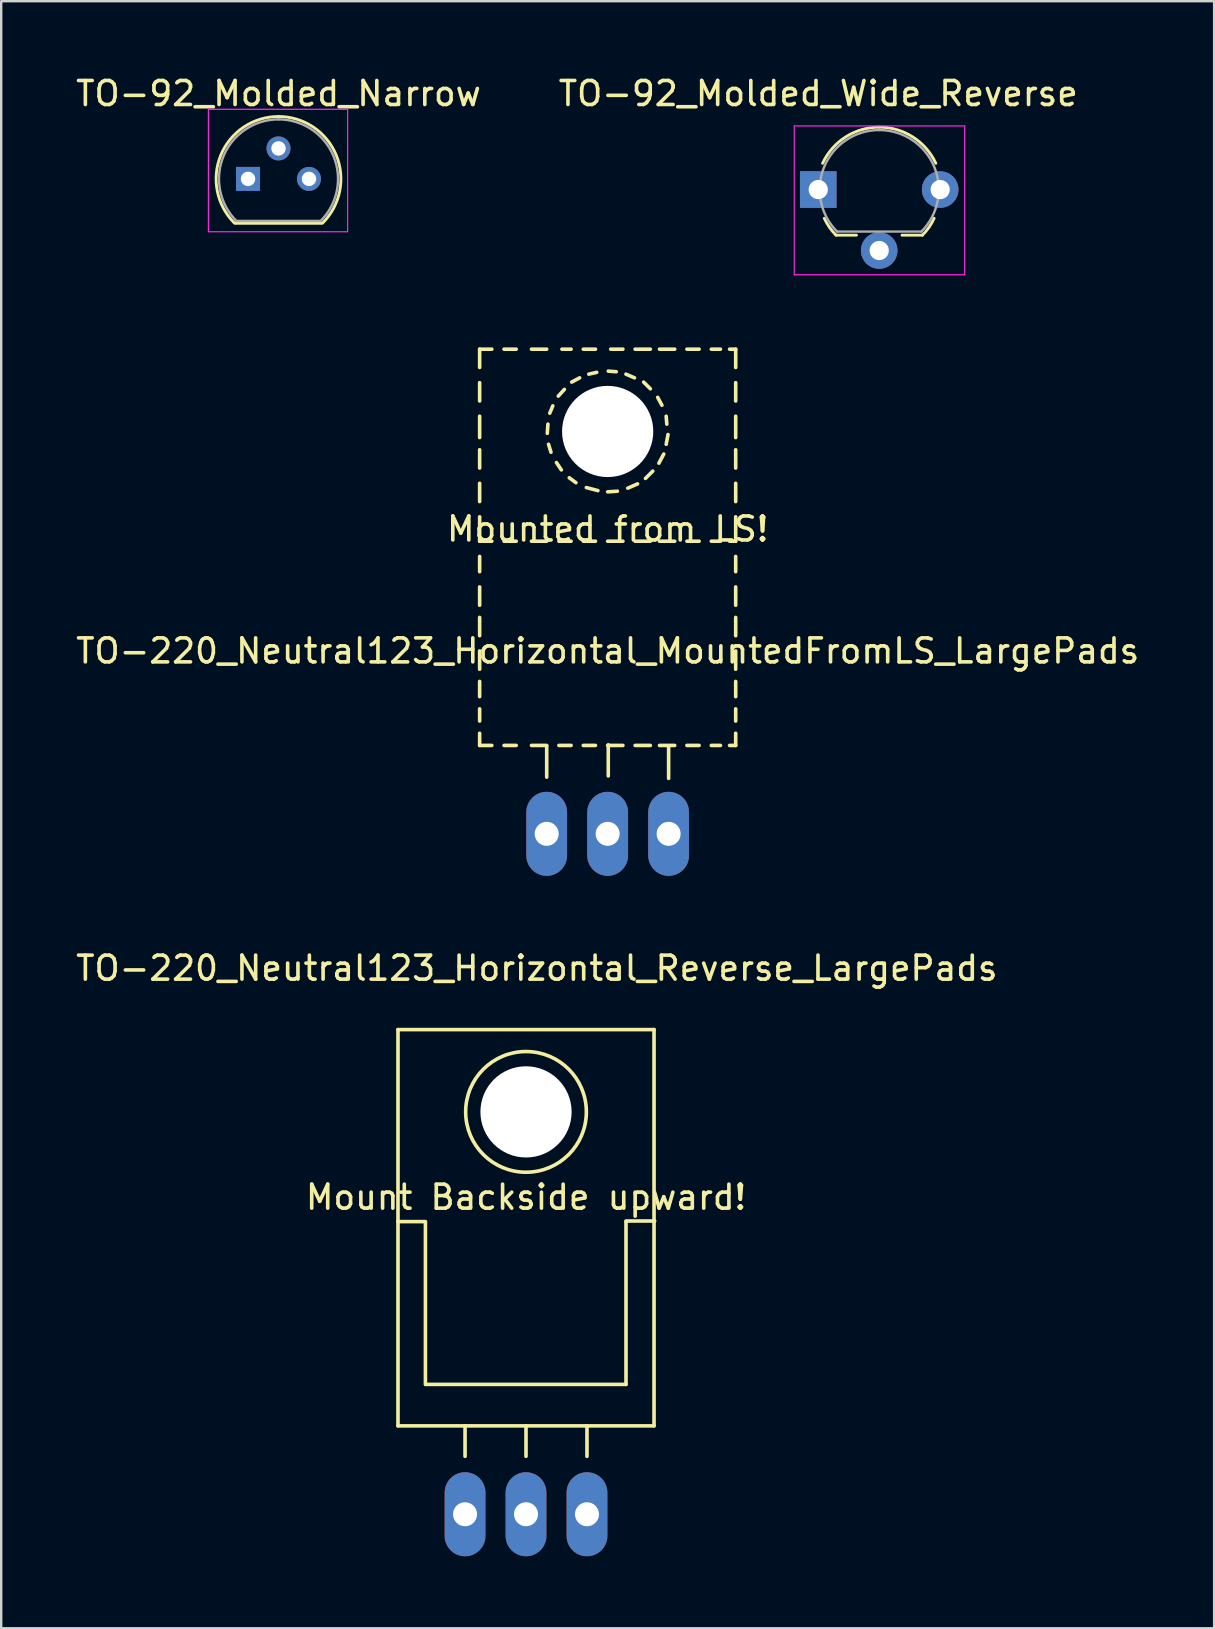
<source format=kicad_pcb>
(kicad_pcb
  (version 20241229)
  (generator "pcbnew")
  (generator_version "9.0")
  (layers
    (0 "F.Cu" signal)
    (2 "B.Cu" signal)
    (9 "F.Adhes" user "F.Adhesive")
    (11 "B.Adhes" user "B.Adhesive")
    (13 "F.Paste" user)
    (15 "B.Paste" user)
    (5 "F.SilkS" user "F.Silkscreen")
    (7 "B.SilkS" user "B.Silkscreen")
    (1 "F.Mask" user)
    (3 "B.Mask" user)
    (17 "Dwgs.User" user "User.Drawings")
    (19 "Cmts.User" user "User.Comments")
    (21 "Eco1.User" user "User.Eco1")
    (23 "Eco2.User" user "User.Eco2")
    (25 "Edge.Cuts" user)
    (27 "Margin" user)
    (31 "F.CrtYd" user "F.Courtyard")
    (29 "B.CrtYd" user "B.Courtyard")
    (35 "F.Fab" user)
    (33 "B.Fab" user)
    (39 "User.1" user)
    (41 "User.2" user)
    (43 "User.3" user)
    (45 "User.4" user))
  (footprint "TO-220_Neutral123_Horizontal_MountedFromLS_LargePads"
    (layer "F.Cu")
    (at 22.268 31.691)
    (property "Reference" "TO-220_Neutral123_Horizontal_MountedFromLS_LargePads" (at 0 -7.62 0) (layer "F.SilkS") (effects (font (size 1 1) (thickness 0.15))))
    (attr through_hole)
    (fp_line (start -5.334 -20.193) (end -5.334 -19.431) (stroke (width 0.15) (type solid)) (layer "F.SilkS"))
    (fp_line (start -5.334 -20.193) (end -4.826 -20.193) (stroke (width 0.15) (type solid)) (layer "F.SilkS"))
    (fp_line (start -5.334 -18.796) (end -5.334 -18.034) (stroke (width 0.15) (type solid)) (layer "F.SilkS"))
    (fp_line (start -5.334 -17.399) (end -5.334 -16.51) (stroke (width 0.15) (type solid)) (layer "F.SilkS"))
    (fp_line (start -5.334 -16.002) (end -5.334 -15.24) (stroke (width 0.15) (type solid)) (layer "F.SilkS"))
    (fp_line (start -5.334 -14.605) (end -5.334 -13.843) (stroke (width 0.15) (type solid)) (layer "F.SilkS"))
    (fp_line (start -5.334 -13.208) (end -5.334 -12.192) (stroke (width 0.15) (type solid)) (layer "F.SilkS"))
    (fp_line (start -5.334 -12.192) (end -4.826 -12.192) (stroke (width 0.15) (type solid)) (layer "F.SilkS"))
    (fp_line (start -5.334 -11.557) (end -5.334 -10.922) (stroke (width 0.15) (type solid)) (layer "F.SilkS"))
    (fp_line (start -5.334 -10.287) (end -5.334 -9.525) (stroke (width 0.15) (type solid)) (layer "F.SilkS"))
    (fp_line (start -5.334 -9.017) (end -5.334 -8.255) (stroke (width 0.15) (type solid)) (layer "F.SilkS"))
    (fp_line (start -5.334 -7.62) (end -5.334 -6.858) (stroke (width 0.15) (type solid)) (layer "F.SilkS"))
    (fp_line (start -5.334 -6.35) (end -5.334 -5.715) (stroke (width 0.15) (type solid)) (layer "F.SilkS"))
    (fp_line (start -5.334 -5.207) (end -5.334 -4.699) (stroke (width 0.15) (type solid)) (layer "F.SilkS"))
    (fp_line (start -5.334 -4.191) (end -5.334 -3.683) (stroke (width 0.15) (type solid)) (layer "F.SilkS"))
    (fp_line (start -5.334 -3.683) (end -4.826 -3.683) (stroke (width 0.15) (type solid)) (layer "F.SilkS"))
    (fp_line (start -4.318 -20.193) (end -3.81 -20.193) (stroke (width 0.15) (type solid)) (layer "F.SilkS"))
    (fp_line (start -4.318 -12.192) (end -3.81 -12.192) (stroke (width 0.15) (type solid)) (layer "F.SilkS"))
    (fp_line (start -4.318 -3.683) (end -3.81 -3.683) (stroke (width 0.15) (type solid)) (layer "F.SilkS"))
    (fp_line (start -3.175 -20.193) (end -2.54 -20.193) (stroke (width 0.15) (type solid)) (layer "F.SilkS"))
    (fp_line (start -3.175 -12.192) (end -2.54 -12.192) (stroke (width 0.15) (type solid)) (layer "F.SilkS"))
    (fp_line (start -3.175 -3.683) (end -2.54 -3.683) (stroke (width 0.15) (type solid)) (layer "F.SilkS"))
    (fp_line (start -2.54 -3.658) (end -2.54 -2.362) (stroke (width 0.15) (type solid)) (layer "F.SilkS"))
    (fp_line (start -2.515 -16.688) (end -2.489 -17.069) (stroke (width 0.15) (type solid)) (layer "F.SilkS"))
    (fp_line (start -2.413 -17.526) (end -2.286 -17.831) (stroke (width 0.15) (type solid)) (layer "F.SilkS"))
    (fp_line (start -2.362 -15.9) (end -2.464 -16.231) (stroke (width 0.15) (type solid)) (layer "F.SilkS"))
    (fp_line (start -2.057 -18.237) (end -1.803 -18.517) (stroke (width 0.15) (type solid)) (layer "F.SilkS"))
    (fp_line (start -2.032 -12.192) (end -1.524 -12.192) (stroke (width 0.15) (type solid)) (layer "F.SilkS"))
    (fp_line (start -2.032 -3.683) (end -1.524 -3.683) (stroke (width 0.15) (type solid)) (layer "F.SilkS"))
    (fp_line (start -1.93 -15.164) (end -2.134 -15.469) (stroke (width 0.15) (type solid)) (layer "F.SilkS"))
    (fp_line (start -1.905 -20.193) (end -1.524 -20.193) (stroke (width 0.15) (type solid)) (layer "F.SilkS"))
    (fp_line (start -1.499 -18.821) (end -1.168 -18.999) (stroke (width 0.15) (type solid)) (layer "F.SilkS"))
    (fp_line (start -1.321 -14.63) (end -1.6 -14.834) (stroke (width 0.15) (type solid)) (layer "F.SilkS"))
    (fp_line (start -1.016 -20.193) (end -0.508 -20.193) (stroke (width 0.15) (type solid)) (layer "F.SilkS"))
    (fp_line (start -1.016 -12.192) (end -0.508 -12.192) (stroke (width 0.15) (type solid)) (layer "F.SilkS"))
    (fp_line (start -1.016 -3.683) (end -0.508 -3.683) (stroke (width 0.15) (type solid)) (layer "F.SilkS"))
    (fp_line (start -0.787 -19.152) (end -0.457 -19.228) (stroke (width 0.15) (type solid)) (layer "F.SilkS"))
    (fp_line (start -0.406 -14.3) (end -0.889 -14.427) (stroke (width 0.15) (type solid)) (layer "F.SilkS"))
    (fp_line (start 0 -12.192) (end 0.635 -12.192) (stroke (width 0.15) (type solid)) (layer "F.SilkS"))
    (fp_line (start 0 -3.683) (end 0.635 -3.683) (stroke (width 0.15) (type solid)) (layer "F.SilkS"))
    (fp_line (start 0.025 -19.279) (end 0.356 -19.253) (stroke (width 0.15) (type solid)) (layer "F.SilkS"))
    (fp_line (start 0.025 -3.708) (end 0.025 -2.413) (stroke (width 0.15) (type solid)) (layer "F.SilkS"))
    (fp_line (start 0.127 -20.193) (end 0.635 -20.193) (stroke (width 0.15) (type solid)) (layer "F.SilkS"))
    (fp_line (start 0.406 -14.275) (end 0 -14.249) (stroke (width 0.15) (type solid)) (layer "F.SilkS"))
    (fp_line (start 0.762 -19.152) (end 1.118 -18.999) (stroke (width 0.15) (type solid)) (layer "F.SilkS"))
    (fp_line (start 1.143 -20.193) (end 1.778 -20.193) (stroke (width 0.15) (type solid)) (layer "F.SilkS"))
    (fp_line (start 1.143 -12.192) (end 1.778 -12.192) (stroke (width 0.15) (type solid)) (layer "F.SilkS"))
    (fp_line (start 1.143 -3.683) (end 1.778 -3.683) (stroke (width 0.15) (type solid)) (layer "F.SilkS"))
    (fp_line (start 1.245 -14.58) (end 0.838 -14.402) (stroke (width 0.15) (type solid)) (layer "F.SilkS"))
    (fp_line (start 1.499 -18.821) (end 1.778 -18.542) (stroke (width 0.15) (type solid)) (layer "F.SilkS"))
    (fp_line (start 1.88 -15.113) (end 1.575 -14.808) (stroke (width 0.15) (type solid)) (layer "F.SilkS"))
    (fp_line (start 2.083 -18.186) (end 2.261 -17.856) (stroke (width 0.15) (type solid)) (layer "F.SilkS"))
    (fp_line (start 2.159 -20.193) (end 2.794 -20.193) (stroke (width 0.15) (type solid)) (layer "F.SilkS"))
    (fp_line (start 2.159 -12.192) (end 2.794 -12.192) (stroke (width 0.15) (type solid)) (layer "F.SilkS"))
    (fp_line (start 2.159 -3.683) (end 2.794 -3.683) (stroke (width 0.15) (type solid)) (layer "F.SilkS"))
    (fp_line (start 2.337 -15.824) (end 2.134 -15.443) (stroke (width 0.15) (type solid)) (layer "F.SilkS"))
    (fp_line (start 2.438 -17.399) (end 2.464 -17.069) (stroke (width 0.15) (type solid)) (layer "F.SilkS"))
    (fp_line (start 2.515 -16.637) (end 2.438 -16.231) (stroke (width 0.15) (type solid)) (layer "F.SilkS"))
    (fp_line (start 2.54 -3.658) (end 2.54 -2.311) (stroke (width 0.15) (type solid)) (layer "F.SilkS"))
    (fp_line (start 3.302 -20.193) (end 3.81 -20.193) (stroke (width 0.15) (type solid)) (layer "F.SilkS"))
    (fp_line (start 3.302 -12.192) (end 3.81 -12.192) (stroke (width 0.15) (type solid)) (layer "F.SilkS"))
    (fp_line (start 3.302 -3.683) (end 3.81 -3.683) (stroke (width 0.15) (type solid)) (layer "F.SilkS"))
    (fp_line (start 4.318 -20.193) (end 4.699 -20.193) (stroke (width 0.15) (type solid)) (layer "F.SilkS"))
    (fp_line (start 4.318 -12.192) (end 4.699 -12.192) (stroke (width 0.15) (type solid)) (layer "F.SilkS"))
    (fp_line (start 4.318 -3.683) (end 4.699 -3.683) (stroke (width 0.15) (type solid)) (layer "F.SilkS"))
    (fp_line (start 5.08 -20.193) (end 5.334 -20.193) (stroke (width 0.15) (type solid)) (layer "F.SilkS"))
    (fp_line (start 5.08 -12.192) (end 5.334 -12.192) (stroke (width 0.15) (type solid)) (layer "F.SilkS"))
    (fp_line (start 5.08 -3.683) (end 5.334 -3.683) (stroke (width 0.15) (type solid)) (layer "F.SilkS"))
    (fp_line (start 5.334 -20.193) (end 5.334 -19.431) (stroke (width 0.15) (type solid)) (layer "F.SilkS"))
    (fp_line (start 5.334 -18.796) (end 5.334 -18.034) (stroke (width 0.15) (type solid)) (layer "F.SilkS"))
    (fp_line (start 5.334 -17.399) (end 5.334 -16.51) (stroke (width 0.15) (type solid)) (layer "F.SilkS"))
    (fp_line (start 5.334 -16.002) (end 5.334 -15.24) (stroke (width 0.15) (type solid)) (layer "F.SilkS"))
    (fp_line (start 5.334 -14.605) (end 5.334 -13.843) (stroke (width 0.15) (type solid)) (layer "F.SilkS"))
    (fp_line (start 5.334 -13.208) (end 5.334 -12.192) (stroke (width 0.15) (type solid)) (layer "F.SilkS"))
    (fp_line (start 5.334 -11.557) (end 5.334 -10.922) (stroke (width 0.15) (type solid)) (layer "F.SilkS"))
    (fp_line (start 5.334 -10.287) (end 5.334 -9.525) (stroke (width 0.15) (type solid)) (layer "F.SilkS"))
    (fp_line (start 5.334 -9.017) (end 5.334 -8.255) (stroke (width 0.15) (type solid)) (layer "F.SilkS"))
    (fp_line (start 5.334 -7.62) (end 5.334 -6.858) (stroke (width 0.15) (type solid)) (layer "F.SilkS"))
    (fp_line (start 5.334 -6.35) (end 5.334 -5.715) (stroke (width 0.15) (type solid)) (layer "F.SilkS"))
    (fp_line (start 5.334 -5.207) (end 5.334 -4.699) (stroke (width 0.15) (type solid)) (layer "F.SilkS"))
    (fp_line (start 5.334 -4.191) (end 5.334 -3.683) (stroke (width 0.15) (type solid)) (layer "F.SilkS"))
    (fp_text user "Mounted from LS!" (at 0 -12.7 0) (layer "F.SilkS") (effects (font (size 1 1) (thickness 0.15))))
    (pad "" np_thru_hole circle (at 0 -16.764 90) (size 3.8 3.8) (drill 3.8) (layers "*.Cu" "*.Mask"))
    (pad "1" thru_hole oval (at 2.54 0 90) (size 3.5 1.699) (drill 1.001) (layers "*.Cu" "*.Mask"))
    (pad "2" thru_hole oval (at 0 0 90) (size 3.5 1.699) (drill 1.001) (layers "*.Cu" "*.Mask"))
    (pad "3" thru_hole oval (at -2.54 0 90) (size 3.5 1.699) (drill 1.001) (layers "*.Cu" "*.Mask")))
  (footprint "TO-92_Molded_Narrow"
    (layer "F.Cu")
    (at 7.284 4.404)
    (property "Reference" "TO-92_Molded_Narrow" (at 1.27 -3.556 0) (layer "F.SilkS") (effects (font (size 1 1) (thickness 0.15))))
    (attr through_hole)
    (fp_line (start -0.53 1.85) (end 3.07 1.85) (stroke (width 0.12) (type solid)) (layer "F.SilkS"))
    (fp_arc (start -0.568478 1.838478) (mid -1.132087 -0.994977) (end 1.27 -2.6) (stroke (width 0.12) (type solid)) (layer "F.SilkS"))
    (fp_arc (start 1.27 -2.6) (mid 3.672087 -0.994977) (end 3.108478 1.838478) (stroke (width 0.12) (type solid)) (layer "F.SilkS"))
    (fp_line (start -1.65 -2.9) (end 4.15 -2.9) (stroke (width 0.05) (type solid)) (layer "F.CrtYd"))
    (fp_line (start -1.65 2.2) (end -1.65 -2.9) (stroke (width 0.05) (type solid)) (layer "F.CrtYd"))
    (fp_line (start 4.15 -2.9) (end 4.15 2.2) (stroke (width 0.05) (type solid)) (layer "F.CrtYd"))
    (fp_line (start 4.15 2.2) (end -1.65 2.2) (stroke (width 0.05) (type solid)) (layer "F.CrtYd"))
    (fp_line (start -0.5 1.75) (end 3 1.75) (stroke (width 0.1) (type solid)) (layer "F.Fab"))
    (fp_arc (start -0.483625 1.753625) (mid -1.021221 -0.949055) (end 1.27 -2.48) (stroke (width 0.1) (type solid)) (layer "F.Fab"))
    (fp_arc (start 1.27 -2.48) (mid 3.561221 -0.949055) (end 3.023625 1.753625) (stroke (width 0.1) (type solid)) (layer "F.Fab"))
    (pad "1" thru_hole rect (at 0 0 90) (size 1 1) (drill 0.6) (layers "*.Cu" "*.Mask"))
    (pad "2" thru_hole circle (at 1.27 -1.27 90) (size 1 1) (drill 0.6) (layers "*.Cu" "*.Mask"))
    (pad "3" thru_hole circle (at 2.54 0 90) (size 1 1) (drill 0.6) (layers "*.Cu" "*.Mask")))
  (footprint "TO-220_Neutral123_Horizontal_Reverse_LargePads"
    (layer "F.Cu")
    (at 18.866 60.04)
    (property "Reference" "TO-220_Neutral123_Horizontal_Reverse_LargePads" (at 0.45 -22.751 0) (layer "F.SilkS") (effects (font (size 1 1) (thickness 0.15))))
    (attr through_hole)
    (fp_line (start -5.334 -20.193) (end -5.334 -12.192) (stroke (width 0.15) (type solid)) (layer "F.SilkS"))
    (fp_line (start -5.334 -12.192) (end -5.334 -3.683) (stroke (width 0.15) (type solid)) (layer "F.SilkS"))
    (fp_line (start -4.191 -12.192) (end -5.334 -12.192) (stroke (width 0.15) (type solid)) (layer "F.SilkS"))
    (fp_line (start -4.191 -5.41) (end -4.191 -12.167) (stroke (width 0.15) (type solid)) (layer "F.SilkS"))
    (fp_line (start -2.54 -3.683) (end -2.54 -2.413) (stroke (width 0.15) (type solid)) (layer "F.SilkS"))
    (fp_line (start 0 -3.683) (end -5.334 -3.683) (stroke (width 0.15) (type solid)) (layer "F.SilkS"))
    (fp_line (start 0 -3.683) (end 0 -2.413) (stroke (width 0.15) (type solid)) (layer "F.SilkS"))
    (fp_line (start 0 -3.683) (end 5.334 -3.683) (stroke (width 0.15) (type solid)) (layer "F.SilkS"))
    (fp_line (start 2.54 -3.683) (end 2.54 -2.413) (stroke (width 0.15) (type solid)) (layer "F.SilkS"))
    (fp_line (start 4.166 -12.217) (end 5.359 -12.217) (stroke (width 0.15) (type solid)) (layer "F.SilkS"))
    (fp_line (start 4.166 -12.192) (end 4.166 -5.41) (stroke (width 0.15) (type solid)) (layer "F.SilkS"))
    (fp_line (start 4.166 -5.41) (end -4.166 -5.41) (stroke (width 0.15) (type solid)) (layer "F.SilkS"))
    (fp_line (start 5.334 -20.193) (end -5.334 -20.193) (stroke (width 0.15) (type solid)) (layer "F.SilkS"))
    (fp_line (start 5.334 -12.192) (end 5.334 -20.193) (stroke (width 0.15) (type solid)) (layer "F.SilkS"))
    (fp_line (start 5.334 -3.683) (end 5.334 -12.192) (stroke (width 0.15) (type solid)) (layer "F.SilkS"))
    (fp_circle (center 0 -16.764) (end 1.778 -14.986) (stroke (width 0.15) (type solid)) (fill no) (layer "F.SilkS"))
    (fp_text user "Mount Backside upward!" (at 0 -13.208 0) (layer "F.SilkS") (effects (font (size 1 1) (thickness 0.15))))
    (pad "" np_thru_hole circle (at 0 -16.764 90) (size 3.8 3.8) (drill 3.8) (layers "*.Cu" "*.Mask"))
    (pad "1" thru_hole oval (at 2.54 0 90) (size 3.5 1.699) (drill 1.001) (layers "*.Cu" "*.Mask"))
    (pad "2" thru_hole oval (at 0 0 90) (size 3.5 1.699) (drill 1.001) (layers "*.Cu" "*.Mask"))
    (pad "3" thru_hole oval (at -2.54 0 90) (size 3.5 1.699) (drill 1.001) (layers "*.Cu" "*.Mask")))
  (footprint "TO-92_Molded_Wide_Reverse"
    (layer "F.Cu")
    (at 31.042 4.848)
    (property "Reference" "TO-92_Molded_Wide_Reverse" (at 0 -4 0) (layer "F.SilkS") (effects (font (size 1 1) (thickness 0.15))))
    (attr through_hole)
    (fp_line (start 0.74 1.9) (end 1.59 1.9) (stroke (width 0.12) (type solid)) (layer "F.SilkS"))
    (fp_line (start 3.49 1.9) (end 4.34 1.9) (stroke (width 0.12) (type solid)) (layer "F.SilkS"))
    (fp_arc (start 0.181686 -1.094693) (mid 1.141108 -2.191597) (end 2.54 -2.6) (stroke (width 0.12) (type solid)) (layer "F.SilkS"))
    (fp_arc (start 0.74 1.9) (mid 0.464627 1.570365) (end 0.252305 1.19699) (stroke (width 0.12) (type solid)) (layer "F.SilkS"))
    (fp_arc (start 2.54 -2.6) (mid 3.938892 -2.191598) (end 4.898314 -1.094693) (stroke (width 0.12) (type solid)) (layer "F.SilkS"))
    (fp_arc (start 4.827695 1.19699) (mid 4.615373 1.570365) (end 4.34 1.9) (stroke (width 0.12) (type solid)) (layer "F.SilkS"))
    (fp_line (start -1 -2.65) (end 6.1 -2.65) (stroke (width 0.05) (type solid)) (layer "F.CrtYd"))
    (fp_line (start -1 3.55) (end -1 -2.65) (stroke (width 0.05) (type solid)) (layer "F.CrtYd"))
    (fp_line (start -1 3.55) (end 6.1 3.55) (stroke (width 0.05) (type solid)) (layer "F.CrtYd"))
    (fp_line (start 6.1 3.55) (end 6.1 -2.65) (stroke (width 0.05) (type solid)) (layer "F.CrtYd"))
    (fp_line (start 0.8 1.75) (end 4.3 1.75) (stroke (width 0.1) (type solid)) (layer "F.Fab"))
    (fp_arc (start 0.786375 1.753625) (mid 0.248779 -0.949055) (end 2.54 -2.48) (stroke (width 0.1) (type solid)) (layer "F.Fab"))
    (fp_arc (start 2.54 -2.48) (mid 4.831221 -0.949055) (end 4.293625 1.753625) (stroke (width 0.1) (type solid)) (layer "F.Fab"))
    (pad "1" thru_hole rect (at 0 0 90) (size 1.524 1.524) (drill 0.8) (layers "*.Cu" "*.Mask"))
    (pad "2" thru_hole circle (at 2.54 2.54 90) (size 1.524 1.524) (drill 0.8) (layers "*.Cu" "*.Mask"))
    (pad "3" thru_hole circle (at 5.08 0 90) (size 1.524 1.524) (drill 0.8) (layers "*.Cu" "*.Mask")))
  (gr_rect
    (start -3 -3)
    (end 47.536 64.79)
    (stroke (width 0.1) (type default))
    (fill no)
    (layer "Edge.Cuts")))
</source>
